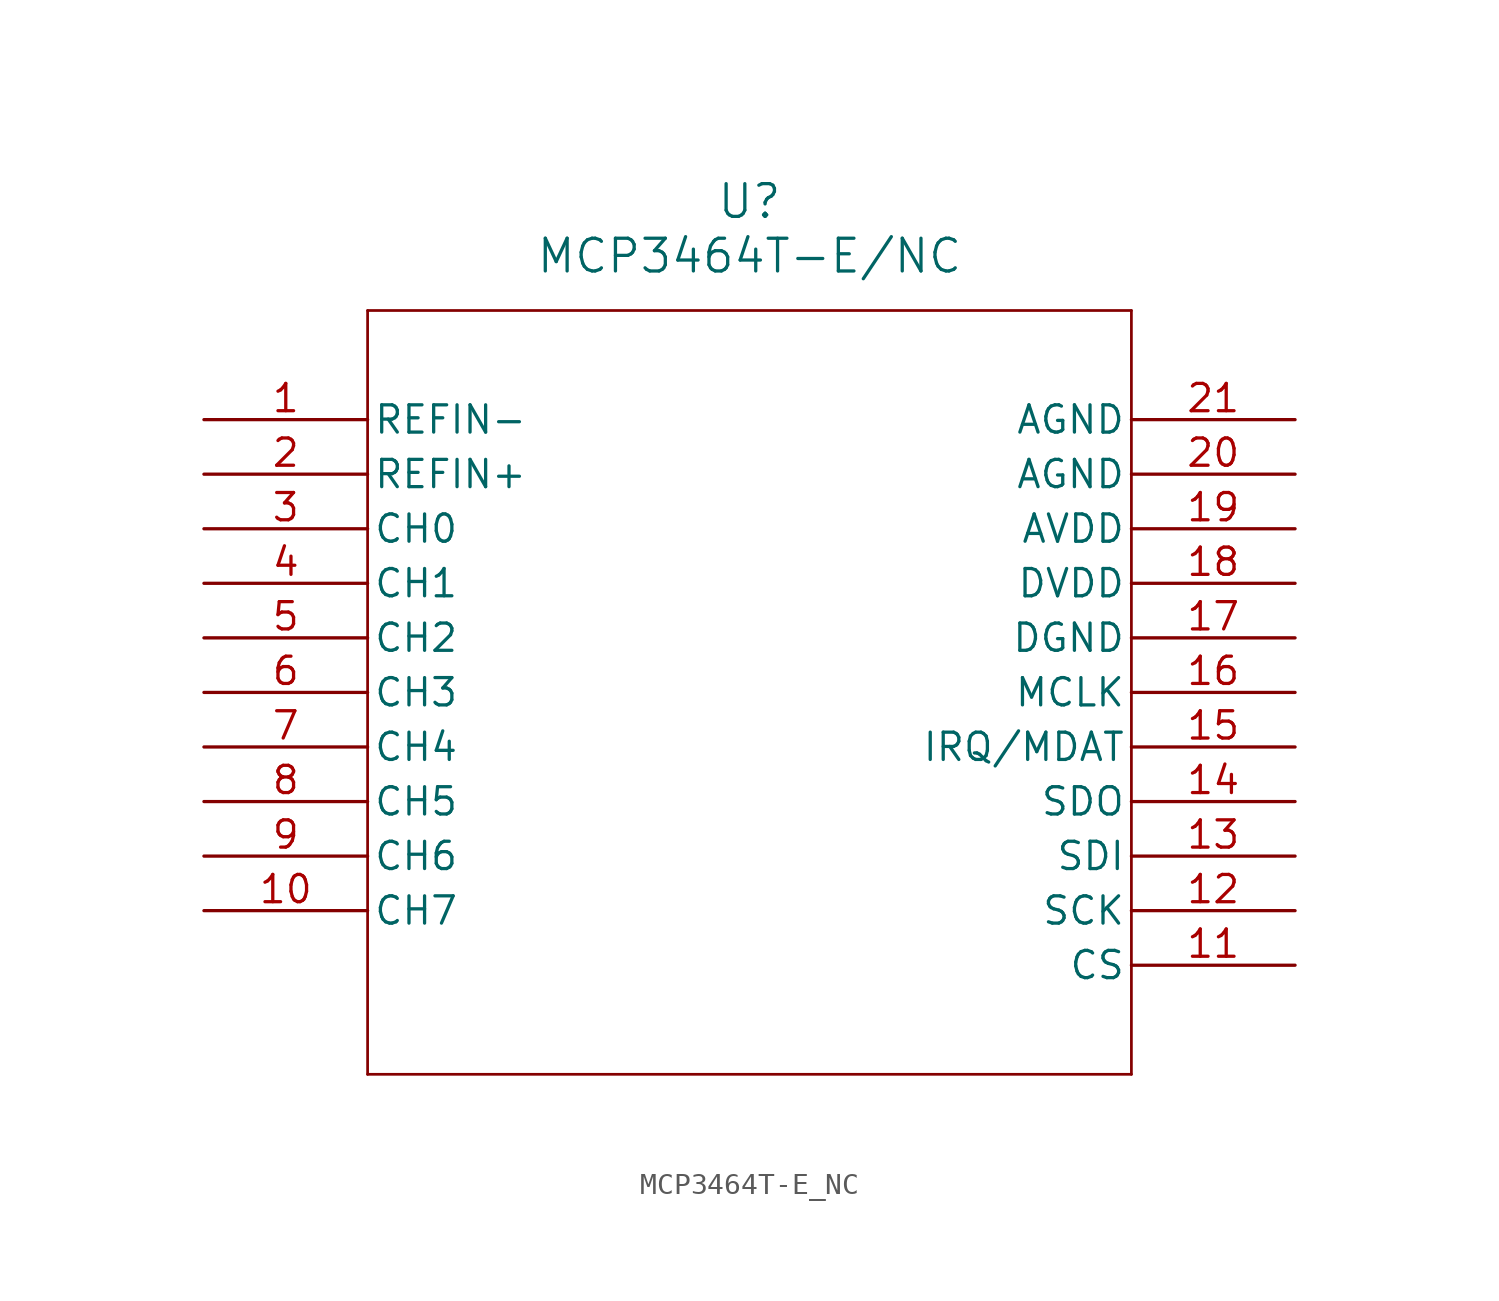
<source format=kicad_sym>
(kicad_symbol_lib
  (version 20211014)
  (generator kicad_symbol_editor)
  (symbol "MCP3464T-E_NC"
    (pin_names
      (offset 0.254))
    (property "Reference" "U"
      (at 25.4 10.16 0)
      (effects (font (size 1.524 1.524))))
    (property "Value" "MCP3464T-E/NC"
      (at 25.4 7.62 0)
      (effects (font (size 1.524 1.524))))
    (symbol "MCP3464T-E_NC_0_1"
      (polyline (pts (xy 7.62 5.08) (xy 7.62 -30.48)) (stroke (width 0.127) (type default) (color 0 0 0 0)) (fill (type none)))
      (polyline (pts (xy 7.62 -30.48) (xy 43.18 -30.48)) (stroke (width 0.127) (type default) (color 0 0 0 0)) (fill (type none)))
      (polyline (pts (xy 43.18 -30.48) (xy 43.18 5.08)) (stroke (width 0.127) (type default) (color 0 0 0 0)) (fill (type none)))
      (polyline (pts (xy 43.18 5.08) (xy 7.62 5.08)) (stroke (width 0.127) (type default) (color 0 0 0 0)) (fill (type none)))
      (pin input line (at 0 0 0) (length 7.62) (name "REFIN-" (effects (font (size 1.27 1.27)))) (number "1" (effects (font (size 1.27 1.27)))))
      (pin input line (at 0 -2.54 0) (length 7.62) (name "REFIN+" (effects (font (size 1.27 1.27)))) (number "2" (effects (font (size 1.27 1.27)))))
      (pin input line (at 0 -5.08 0) (length 7.62) (name "CH0" (effects (font (size 1.27 1.27)))) (number "3" (effects (font (size 1.27 1.27)))))
      (pin input line (at 0 -7.62 0) (length 7.62) (name "CH1" (effects (font (size 1.27 1.27)))) (number "4" (effects (font (size 1.27 1.27)))))
      (pin input line (at 0 -10.16 0) (length 7.62) (name "CH2" (effects (font (size 1.27 1.27)))) (number "5" (effects (font (size 1.27 1.27)))))
      (pin input line (at 0 -12.7 0) (length 7.62) (name "CH3" (effects (font (size 1.27 1.27)))) (number "6" (effects (font (size 1.27 1.27)))))
      (pin input line (at 0 -15.24 0) (length 7.62) (name "CH4" (effects (font (size 1.27 1.27)))) (number "7" (effects (font (size 1.27 1.27)))))
      (pin input line (at 0 -17.78 0) (length 7.62) (name "CH5" (effects (font (size 1.27 1.27)))) (number "8" (effects (font (size 1.27 1.27)))))
      (pin input line (at 0 -20.32 0) (length 7.62) (name "CH6" (effects (font (size 1.27 1.27)))) (number "9" (effects (font (size 1.27 1.27)))))
      (pin input line (at 0 -22.86 0) (length 7.62) (name "CH7" (effects (font (size 1.27 1.27)))) (number "10" (effects (font (size 1.27 1.27)))))
      (pin input line (at 50.8 -25.4 180) (length 7.62) (name "CS" (effects (font (size 1.27 1.27)))) (number "11" (effects (font (size 1.27 1.27)))))
      (pin input line (at 50.8 -22.86 180) (length 7.62) (name "SCK" (effects (font (size 1.27 1.27)))) (number "12" (effects (font (size 1.27 1.27)))))
      (pin input line (at 50.8 -20.32 180) (length 7.62) (name "SDI" (effects (font (size 1.27 1.27)))) (number "13" (effects (font (size 1.27 1.27)))))
      (pin output line (at 50.8 -17.78 180) (length 7.62) (name "SDO" (effects (font (size 1.27 1.27)))) (number "14" (effects (font (size 1.27 1.27)))))
      (pin output line (at 50.8 -15.24 180) (length 7.62) (name "IRQ/MDAT" (effects (font (size 1.27 1.27)))) (number "15" (effects (font (size 1.27 1.27)))))
      (pin unspecified line (at 50.8 -12.7 180) (length 7.62) (name "MCLK" (effects (font (size 1.27 1.27)))) (number "16" (effects (font (size 1.27 1.27)))))
      (pin power_out line (at 50.8 -10.16 180) (length 7.62) (name "DGND" (effects (font (size 1.27 1.27)))) (number "17" (effects (font (size 1.27 1.27)))))
      (pin power_in line (at 50.8 -7.62 180) (length 7.62) (name "DVDD" (effects (font (size 1.27 1.27)))) (number "18" (effects (font (size 1.27 1.27)))))
      (pin power_in line (at 50.8 -5.08 180) (length 7.62) (name "AVDD" (effects (font (size 1.27 1.27)))) (number "19" (effects (font (size 1.27 1.27)))))
      (pin power_out line (at 50.8 -2.54 180) (length 7.62) (name "AGND" (effects (font (size 1.27 1.27)))) (number "20" (effects (font (size 1.27 1.27)))))
      (pin power_out line (at 50.8 0 180) (length 7.62) (name "AGND" (effects (font (size 1.27 1.27)))) (number "21" (effects (font (size 1.27 1.27))))))))
</source>
